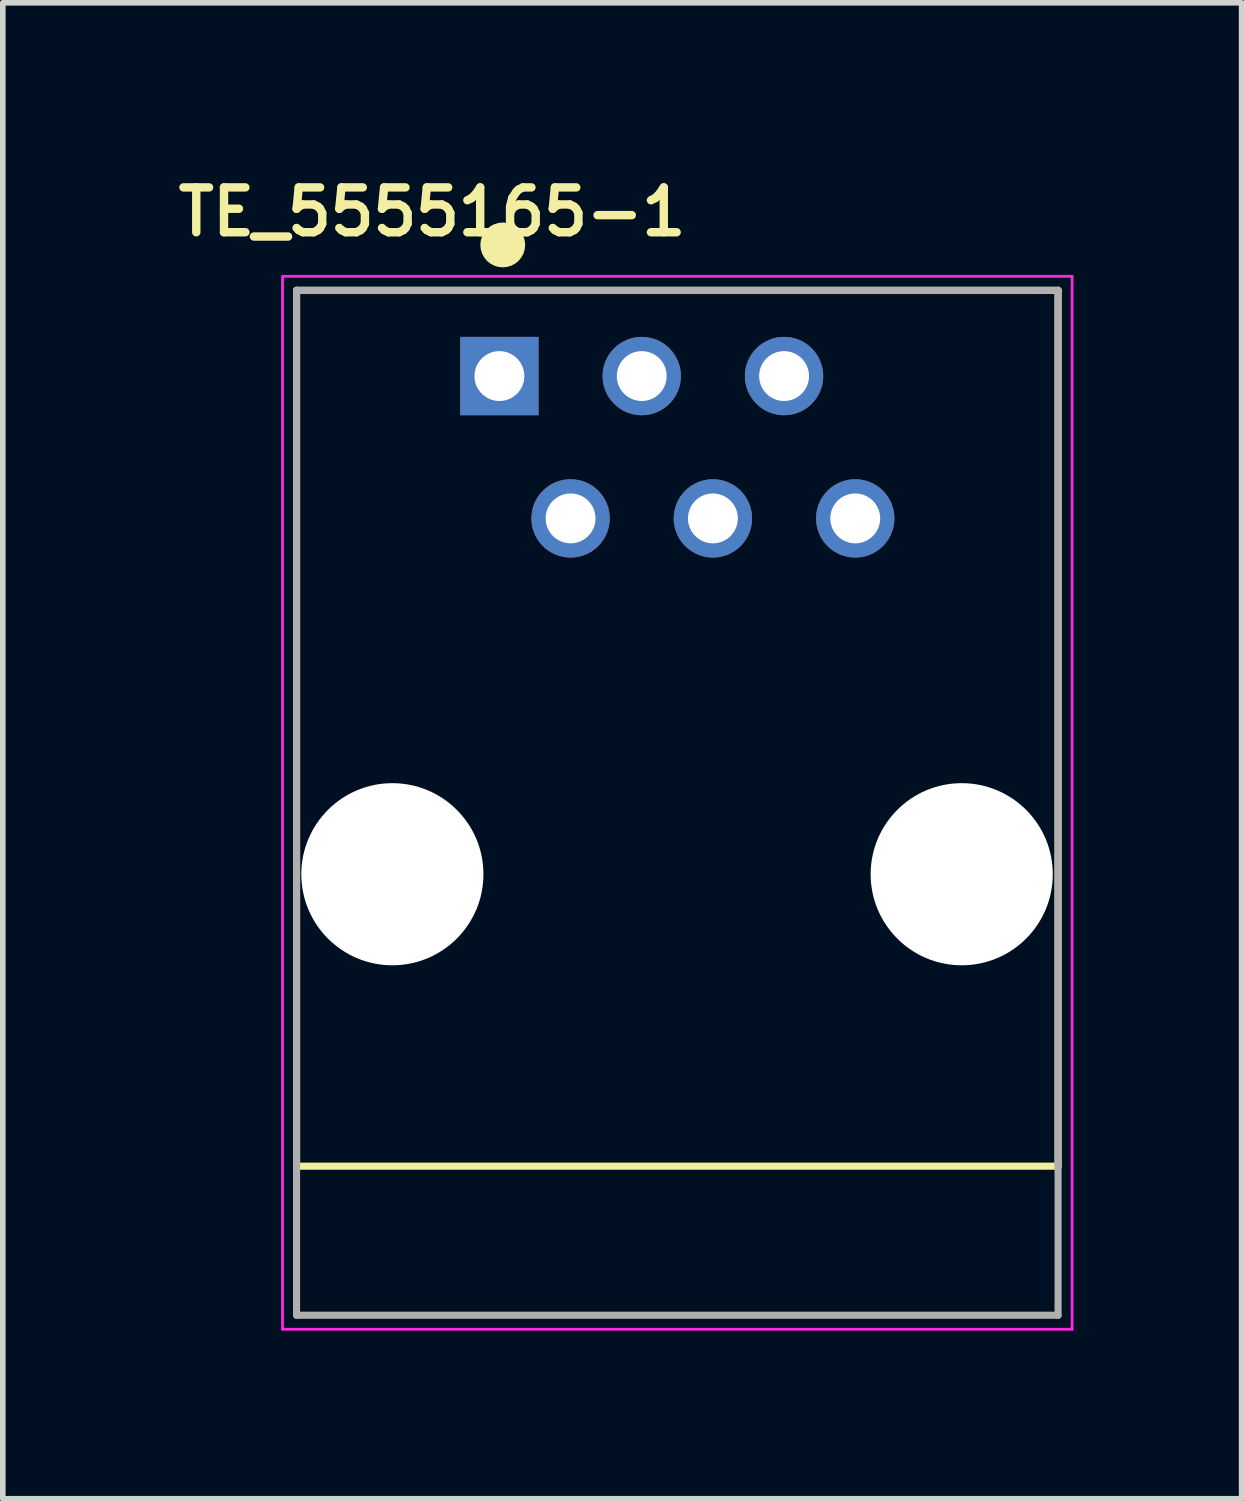
<source format=kicad_pcb>
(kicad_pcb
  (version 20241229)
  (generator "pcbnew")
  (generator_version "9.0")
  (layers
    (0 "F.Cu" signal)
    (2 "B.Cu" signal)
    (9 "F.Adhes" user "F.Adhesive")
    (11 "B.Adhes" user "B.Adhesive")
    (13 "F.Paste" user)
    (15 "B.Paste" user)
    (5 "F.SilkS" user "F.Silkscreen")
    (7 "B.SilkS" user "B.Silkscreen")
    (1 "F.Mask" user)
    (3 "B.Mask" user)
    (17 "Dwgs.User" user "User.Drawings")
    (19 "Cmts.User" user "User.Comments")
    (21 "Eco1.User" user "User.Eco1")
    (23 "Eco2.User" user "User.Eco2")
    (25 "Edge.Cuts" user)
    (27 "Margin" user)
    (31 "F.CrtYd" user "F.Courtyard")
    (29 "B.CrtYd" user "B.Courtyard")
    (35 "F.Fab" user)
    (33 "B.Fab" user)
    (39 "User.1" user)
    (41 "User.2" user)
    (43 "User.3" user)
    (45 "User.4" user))
  (footprint "TE_5555165-1"
    (layer "F.Cu")
    (at 5.862 3.661)
    (property "Reference" "TE_5555165-1" (at -1.2 -2.929 0) (layer "F.SilkS") (effects (font (size 0.8 0.8) (thickness 0.15))))
    (attr through_hole)
    (fp_line (start -3.62 -1.53) (end 9.97 -1.53) (stroke (width 0.127) (type solid)) (layer "F.SilkS"))
    (fp_line (start -3.62 14.1) (end -3.62 -1.53) (stroke (width 0.127) (type solid)) (layer "F.SilkS"))
    (fp_line (start 9.97 -1.53) (end 9.97 14.1) (stroke (width 0.127) (type solid)) (layer "F.SilkS"))
    (fp_line (start 9.97 14.1) (end -3.62 14.1) (stroke (width 0.127) (type solid)) (layer "F.SilkS"))
    (fp_circle (center 0.06 -2.34) (end 0.26 -2.34) (stroke (width 0.4) (type solid)) (fill no) (layer "F.SilkS"))
    (fp_line (start -3.87 -1.78) (end 10.22 -1.78) (stroke (width 0.05) (type solid)) (layer "F.CrtYd"))
    (fp_line (start -3.87 17.01) (end -3.87 -1.78) (stroke (width 0.05) (type solid)) (layer "F.CrtYd"))
    (fp_line (start 10.22 -1.78) (end 10.22 17.01) (stroke (width 0.05) (type solid)) (layer "F.CrtYd"))
    (fp_line (start 10.22 17.01) (end -3.87 17.01) (stroke (width 0.05) (type solid)) (layer "F.CrtYd"))
    (fp_line (start -3.62 -1.53) (end 9.97 -1.53) (stroke (width 0.127) (type solid)) (layer "F.Fab"))
    (fp_line (start -3.62 16.76) (end -3.62 -1.53) (stroke (width 0.127) (type solid)) (layer "F.Fab"))
    (fp_line (start 9.97 -1.53) (end 9.97 16.76) (stroke (width 0.127) (type solid)) (layer "F.Fab"))
    (fp_line (start 9.97 16.76) (end -3.62 16.76) (stroke (width 0.127) (type solid)) (layer "F.Fab"))
    (pad "" np_thru_hole circle (at -1.91 8.89) (size 3.25 3.25) (drill 3.25) (layers "*.Cu" "*.Mask"))
    (pad "" np_thru_hole circle (at 8.25 8.89) (size 3.25 3.25) (drill 3.25) (layers "*.Cu" "*.Mask"))
    (pad "1" thru_hole rect (at 0 0) (size 1.398 1.398) (drill 0.89) (layers "*.Cu" "*.Mask"))
    (pad "2" thru_hole circle (at 1.27 2.54) (size 1.398 1.398) (drill 0.89) (layers "*.Cu" "*.Mask"))
    (pad "3" thru_hole circle (at 2.54 0) (size 1.398 1.398) (drill 0.89) (layers "*.Cu" "*.Mask"))
    (pad "4" thru_hole circle (at 3.81 2.54) (size 1.398 1.398) (drill 0.89) (layers "*.Cu" "*.Mask"))
    (pad "5" thru_hole circle (at 5.08 0) (size 1.398 1.398) (drill 0.89) (layers "*.Cu" "*.Mask"))
    (pad "6" thru_hole circle (at 6.35 2.54) (size 1.398 1.398) (drill 0.89) (layers "*.Cu" "*.Mask")))
  (gr_rect
    (start -3 -3)
    (end 19.107 23.696)
    (stroke (width 0.1) (type default))
    (fill no)
    (layer "Edge.Cuts")))
</source>
